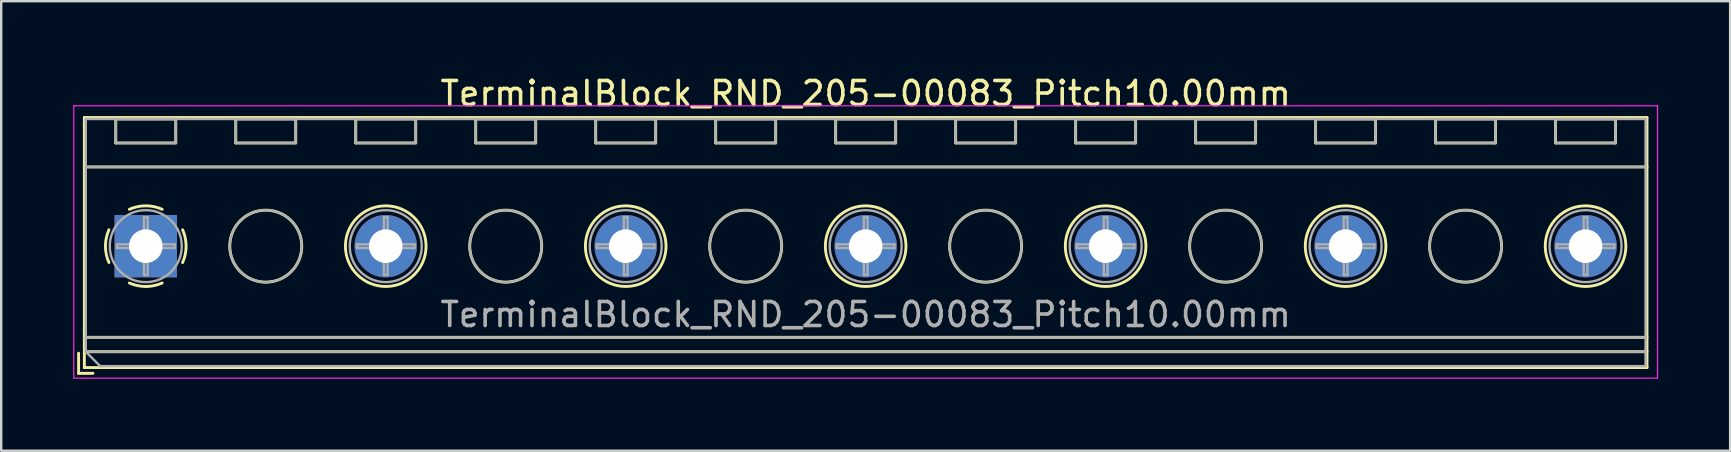
<source format=kicad_pcb>
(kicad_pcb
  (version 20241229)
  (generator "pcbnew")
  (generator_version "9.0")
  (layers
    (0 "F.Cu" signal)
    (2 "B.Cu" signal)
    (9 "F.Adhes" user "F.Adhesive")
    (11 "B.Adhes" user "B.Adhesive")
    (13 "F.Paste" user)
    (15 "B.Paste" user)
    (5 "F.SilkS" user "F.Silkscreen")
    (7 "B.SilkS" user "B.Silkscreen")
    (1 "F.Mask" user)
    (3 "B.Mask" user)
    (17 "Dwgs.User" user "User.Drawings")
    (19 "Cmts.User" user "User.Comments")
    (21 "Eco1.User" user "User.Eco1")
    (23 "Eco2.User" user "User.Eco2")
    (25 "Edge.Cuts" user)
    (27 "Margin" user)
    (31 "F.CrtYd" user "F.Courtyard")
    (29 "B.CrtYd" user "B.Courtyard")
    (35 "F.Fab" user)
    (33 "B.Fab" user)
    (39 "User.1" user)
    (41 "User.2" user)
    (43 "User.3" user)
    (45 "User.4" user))
  (footprint "TerminalBlock_RND_205-00083_Pitch10.00mm"
    (layer "F.Cu")
    (at 3.025 7.208)
    (property "Reference" "TerminalBlock_RND_205-00083_Pitch10.00mm" (at 30 -6.36 0) (layer "F.SilkS") (effects (font (size 1 1) (thickness 0.15))))
    (attr through_hole)
    (fp_line (start -2.8 4.46) (end -2.8 5.3) (stroke (width 0.12) (type solid)) (layer "F.SilkS"))
    (fp_line (start -2.8 5.3) (end -2.2 5.3) (stroke (width 0.12) (type solid)) (layer "F.SilkS"))
    (fp_line (start -2.56 -5.36) (end -2.56 5.06) (stroke (width 0.12) (type solid)) (layer "F.SilkS"))
    (fp_line (start -2.56 -3.3) (end 62.56 -3.3) (stroke (width 0.12) (type solid)) (layer "F.SilkS"))
    (fp_line (start -2.56 3.8) (end 62.56 3.8) (stroke (width 0.12) (type solid)) (layer "F.SilkS"))
    (fp_line (start -2.56 4.4) (end 62.56 4.4) (stroke (width 0.12) (type solid)) (layer "F.SilkS"))
    (fp_line (start -2.56 5.06) (end 62.56 5.06) (stroke (width 0.12) (type solid)) (layer "F.SilkS"))
    (fp_line (start -1.25 -5.301) (end -1.25 -4.301) (stroke (width 0.12) (type solid)) (layer "F.SilkS"))
    (fp_line (start -1.25 -5.301) (end 1.25 -5.301) (stroke (width 0.12) (type solid)) (layer "F.SilkS"))
    (fp_line (start -1.25 -4.301) (end 1.25 -4.301) (stroke (width 0.12) (type solid)) (layer "F.SilkS"))
    (fp_line (start 1.25 -5.301) (end 1.25 -4.301) (stroke (width 0.12) (type solid)) (layer "F.SilkS"))
    (fp_line (start 3.75 -5.301) (end 3.75 -4.301) (stroke (width 0.12) (type solid)) (layer "F.SilkS"))
    (fp_line (start 3.75 -5.301) (end 6.25 -5.301) (stroke (width 0.12) (type solid)) (layer "F.SilkS"))
    (fp_line (start 3.75 -4.301) (end 6.25 -4.301) (stroke (width 0.12) (type solid)) (layer "F.SilkS"))
    (fp_line (start 6.25 -5.301) (end 6.25 -4.301) (stroke (width 0.12) (type solid)) (layer "F.SilkS"))
    (fp_line (start 8.75 -5.301) (end 8.75 -4.301) (stroke (width 0.12) (type solid)) (layer "F.SilkS"))
    (fp_line (start 8.75 -5.301) (end 11.25 -5.301) (stroke (width 0.12) (type solid)) (layer "F.SilkS"))
    (fp_line (start 8.75 -4.301) (end 11.25 -4.301) (stroke (width 0.12) (type solid)) (layer "F.SilkS"))
    (fp_line (start 11.25 -5.301) (end 11.25 -4.301) (stroke (width 0.12) (type solid)) (layer "F.SilkS"))
    (fp_line (start 13.75 -5.301) (end 13.75 -4.301) (stroke (width 0.12) (type solid)) (layer "F.SilkS"))
    (fp_line (start 13.75 -5.301) (end 16.25 -5.301) (stroke (width 0.12) (type solid)) (layer "F.SilkS"))
    (fp_line (start 13.75 -4.301) (end 16.25 -4.301) (stroke (width 0.12) (type solid)) (layer "F.SilkS"))
    (fp_line (start 16.25 -5.301) (end 16.25 -4.301) (stroke (width 0.12) (type solid)) (layer "F.SilkS"))
    (fp_line (start 18.75 -5.301) (end 18.75 -4.301) (stroke (width 0.12) (type solid)) (layer "F.SilkS"))
    (fp_line (start 18.75 -5.301) (end 21.25 -5.301) (stroke (width 0.12) (type solid)) (layer "F.SilkS"))
    (fp_line (start 18.75 -4.301) (end 21.25 -4.301) (stroke (width 0.12) (type solid)) (layer "F.SilkS"))
    (fp_line (start 21.25 -5.301) (end 21.25 -4.301) (stroke (width 0.12) (type solid)) (layer "F.SilkS"))
    (fp_line (start 23.75 -5.301) (end 23.75 -4.301) (stroke (width 0.12) (type solid)) (layer "F.SilkS"))
    (fp_line (start 23.75 -5.301) (end 26.25 -5.301) (stroke (width 0.12) (type solid)) (layer "F.SilkS"))
    (fp_line (start 23.75 -4.301) (end 26.25 -4.301) (stroke (width 0.12) (type solid)) (layer "F.SilkS"))
    (fp_line (start 26.25 -5.301) (end 26.25 -4.301) (stroke (width 0.12) (type solid)) (layer "F.SilkS"))
    (fp_line (start 28.75 -5.301) (end 28.75 -4.301) (stroke (width 0.12) (type solid)) (layer "F.SilkS"))
    (fp_line (start 28.75 -5.301) (end 31.25 -5.301) (stroke (width 0.12) (type solid)) (layer "F.SilkS"))
    (fp_line (start 28.75 -4.301) (end 31.25 -4.301) (stroke (width 0.12) (type solid)) (layer "F.SilkS"))
    (fp_line (start 31.25 -5.301) (end 31.25 -4.301) (stroke (width 0.12) (type solid)) (layer "F.SilkS"))
    (fp_line (start 33.75 -5.301) (end 33.75 -4.301) (stroke (width 0.12) (type solid)) (layer "F.SilkS"))
    (fp_line (start 33.75 -5.301) (end 36.25 -5.301) (stroke (width 0.12) (type solid)) (layer "F.SilkS"))
    (fp_line (start 33.75 -4.301) (end 36.25 -4.301) (stroke (width 0.12) (type solid)) (layer "F.SilkS"))
    (fp_line (start 36.25 -5.301) (end 36.25 -4.301) (stroke (width 0.12) (type solid)) (layer "F.SilkS"))
    (fp_line (start 38.75 -5.301) (end 38.75 -4.301) (stroke (width 0.12) (type solid)) (layer "F.SilkS"))
    (fp_line (start 38.75 -5.301) (end 41.25 -5.301) (stroke (width 0.12) (type solid)) (layer "F.SilkS"))
    (fp_line (start 38.75 -4.301) (end 41.25 -4.301) (stroke (width 0.12) (type solid)) (layer "F.SilkS"))
    (fp_line (start 41.25 -5.301) (end 41.25 -4.301) (stroke (width 0.12) (type solid)) (layer "F.SilkS"))
    (fp_line (start 43.75 -5.301) (end 43.75 -4.301) (stroke (width 0.12) (type solid)) (layer "F.SilkS"))
    (fp_line (start 43.75 -5.301) (end 46.25 -5.301) (stroke (width 0.12) (type solid)) (layer "F.SilkS"))
    (fp_line (start 43.75 -4.301) (end 46.25 -4.301) (stroke (width 0.12) (type solid)) (layer "F.SilkS"))
    (fp_line (start 46.25 -5.301) (end 46.25 -4.301) (stroke (width 0.12) (type solid)) (layer "F.SilkS"))
    (fp_line (start 48.75 -5.301) (end 48.75 -4.301) (stroke (width 0.12) (type solid)) (layer "F.SilkS"))
    (fp_line (start 48.75 -5.301) (end 51.25 -5.301) (stroke (width 0.12) (type solid)) (layer "F.SilkS"))
    (fp_line (start 48.75 -4.301) (end 51.25 -4.301) (stroke (width 0.12) (type solid)) (layer "F.SilkS"))
    (fp_line (start 51.25 -5.301) (end 51.25 -4.301) (stroke (width 0.12) (type solid)) (layer "F.SilkS"))
    (fp_line (start 53.75 -5.301) (end 53.75 -4.301) (stroke (width 0.12) (type solid)) (layer "F.SilkS"))
    (fp_line (start 53.75 -5.301) (end 56.25 -5.301) (stroke (width 0.12) (type solid)) (layer "F.SilkS"))
    (fp_line (start 53.75 -4.301) (end 56.25 -4.301) (stroke (width 0.12) (type solid)) (layer "F.SilkS"))
    (fp_line (start 56.25 -5.301) (end 56.25 -4.301) (stroke (width 0.12) (type solid)) (layer "F.SilkS"))
    (fp_line (start 58.75 -5.301) (end 58.75 -4.301) (stroke (width 0.12) (type solid)) (layer "F.SilkS"))
    (fp_line (start 58.75 -5.301) (end 61.25 -5.301) (stroke (width 0.12) (type solid)) (layer "F.SilkS"))
    (fp_line (start 58.75 -4.301) (end 61.25 -4.301) (stroke (width 0.12) (type solid)) (layer "F.SilkS"))
    (fp_line (start 61.25 -5.301) (end 61.25 -4.301) (stroke (width 0.12) (type solid)) (layer "F.SilkS"))
    (fp_line (start 62.56 -5.36) (end -2.56 -5.36) (stroke (width 0.12) (type solid)) (layer "F.SilkS"))
    (fp_line (start 62.56 5.06) (end 62.56 -5.36) (stroke (width 0.12) (type solid)) (layer "F.SilkS"))
    (fp_arc (start -1.535427 0.683042) (mid -1.680501 -0.000524) (end -1.535 -0.684) (stroke (width 0.12) (type solid)) (layer "F.SilkS"))
    (fp_arc (start -0.683042 -1.535427) (mid 0.000524 -1.680501) (end 0.684 -1.535) (stroke (width 0.12) (type solid)) (layer "F.SilkS"))
    (fp_arc (start 0.028805 1.680253) (mid -0.335551 1.646659) (end -0.684 1.535) (stroke (width 0.12) (type solid)) (layer "F.SilkS"))
    (fp_arc (start 0.683318 1.534756) (mid 0.349292 1.643288) (end 0 1.68) (stroke (width 0.12) (type solid)) (layer "F.SilkS"))
    (fp_arc (start 1.535427 -0.683042) (mid 1.680501 0.000524) (end 1.535 0.684) (stroke (width 0.12) (type solid)) (layer "F.SilkS"))
    (fp_circle (center 5 0) (end 6.5 0) (stroke (width 0.12) (type solid)) (fill no) (layer "F.SilkS"))
    (fp_circle (center 10 0) (end 11.68 0) (stroke (width 0.12) (type solid)) (fill no) (layer "F.SilkS"))
    (fp_circle (center 15 0) (end 16.5 0) (stroke (width 0.12) (type solid)) (fill no) (layer "F.SilkS"))
    (fp_circle (center 20 0) (end 21.68 0) (stroke (width 0.12) (type solid)) (fill no) (layer "F.SilkS"))
    (fp_circle (center 25 0) (end 26.5 0) (stroke (width 0.12) (type solid)) (fill no) (layer "F.SilkS"))
    (fp_circle (center 30 0) (end 31.68 0) (stroke (width 0.12) (type solid)) (fill no) (layer "F.SilkS"))
    (fp_circle (center 35 0) (end 36.5 0) (stroke (width 0.12) (type solid)) (fill no) (layer "F.SilkS"))
    (fp_circle (center 40 0) (end 41.68 0) (stroke (width 0.12) (type solid)) (fill no) (layer "F.SilkS"))
    (fp_circle (center 45 0) (end 46.5 0) (stroke (width 0.12) (type solid)) (fill no) (layer "F.SilkS"))
    (fp_circle (center 50 0) (end 51.68 0) (stroke (width 0.12) (type solid)) (fill no) (layer "F.SilkS"))
    (fp_circle (center 55 0) (end 56.5 0) (stroke (width 0.12) (type solid)) (fill no) (layer "F.SilkS"))
    (fp_circle (center 60 0) (end 61.68 0) (stroke (width 0.12) (type solid)) (fill no) (layer "F.SilkS"))
    (fp_line (start -3 -5.85) (end -3 5.5) (stroke (width 0.05) (type solid)) (layer "F.CrtYd"))
    (fp_line (start -3 5.5) (end 63 5.5) (stroke (width 0.05) (type solid)) (layer "F.CrtYd"))
    (fp_line (start 63 -5.85) (end -3 -5.85) (stroke (width 0.05) (type solid)) (layer "F.CrtYd"))
    (fp_line (start 63 5.5) (end 63 -5.85) (stroke (width 0.05) (type solid)) (layer "F.CrtYd"))
    (fp_line (start -2.5 -5.3) (end 62.5 -5.3) (stroke (width 0.1) (type solid)) (layer "F.Fab"))
    (fp_line (start -2.5 -3.3) (end 62.5 -3.3) (stroke (width 0.1) (type solid)) (layer "F.Fab"))
    (fp_line (start -2.5 3.8) (end 62.5 3.8) (stroke (width 0.1) (type solid)) (layer "F.Fab"))
    (fp_line (start -2.5 4.4) (end -2.5 -5.3) (stroke (width 0.1) (type solid)) (layer "F.Fab"))
    (fp_line (start -2.5 4.4) (end 62.5 4.4) (stroke (width 0.1) (type solid)) (layer "F.Fab"))
    (fp_line (start -1.9 5) (end -2.5 4.4) (stroke (width 0.1) (type solid)) (layer "F.Fab"))
    (fp_line (start -1.25 -5.3) (end -1.25 -4.3) (stroke (width 0.1) (type solid)) (layer "F.Fab"))
    (fp_line (start -1.25 -4.3) (end 1.25 -4.3) (stroke (width 0.1) (type solid)) (layer "F.Fab"))
    (fp_line (start -1.201 -0.076) (end -0.076 -0.076) (stroke (width 0.1) (type solid)) (layer "F.Fab"))
    (fp_line (start -1.201 0.076) (end -1.201 -0.076) (stroke (width 0.1) (type solid)) (layer "F.Fab"))
    (fp_line (start -0.076 -1.201) (end 0.076 -1.201) (stroke (width 0.1) (type solid)) (layer "F.Fab"))
    (fp_line (start -0.076 -0.076) (end -0.076 -1.201) (stroke (width 0.1) (type solid)) (layer "F.Fab"))
    (fp_line (start -0.076 0.076) (end -1.201 0.076) (stroke (width 0.1) (type solid)) (layer "F.Fab"))
    (fp_line (start -0.076 1.201) (end -0.076 0.076) (stroke (width 0.1) (type solid)) (layer "F.Fab"))
    (fp_line (start 0.076 -1.201) (end 0.076 -0.076) (stroke (width 0.1) (type solid)) (layer "F.Fab"))
    (fp_line (start 0.076 -0.076) (end 1.201 -0.076) (stroke (width 0.1) (type solid)) (layer "F.Fab"))
    (fp_line (start 0.076 0.076) (end 0.076 1.201) (stroke (width 0.1) (type solid)) (layer "F.Fab"))
    (fp_line (start 0.076 1.201) (end -0.076 1.201) (stroke (width 0.1) (type solid)) (layer "F.Fab"))
    (fp_line (start 1.201 -0.076) (end 1.201 0.076) (stroke (width 0.1) (type solid)) (layer "F.Fab"))
    (fp_line (start 1.201 0.076) (end 0.076 0.076) (stroke (width 0.1) (type solid)) (layer "F.Fab"))
    (fp_line (start 1.25 -5.3) (end -1.25 -5.3) (stroke (width 0.1) (type solid)) (layer "F.Fab"))
    (fp_line (start 1.25 -4.3) (end 1.25 -5.3) (stroke (width 0.1) (type solid)) (layer "F.Fab"))
    (fp_line (start 3.75 -5.3) (end 3.75 -4.3) (stroke (width 0.1) (type solid)) (layer "F.Fab"))
    (fp_line (start 3.75 -4.3) (end 6.25 -4.3) (stroke (width 0.1) (type solid)) (layer "F.Fab"))
    (fp_line (start 6.25 -5.3) (end 3.75 -5.3) (stroke (width 0.1) (type solid)) (layer "F.Fab"))
    (fp_line (start 6.25 -4.3) (end 6.25 -5.3) (stroke (width 0.1) (type solid)) (layer "F.Fab"))
    (fp_line (start 8.75 -5.3) (end 8.75 -4.3) (stroke (width 0.1) (type solid)) (layer "F.Fab"))
    (fp_line (start 8.75 -4.3) (end 11.25 -4.3) (stroke (width 0.1) (type solid)) (layer "F.Fab"))
    (fp_line (start 8.799 -0.076) (end 9.924 -0.076) (stroke (width 0.1) (type solid)) (layer "F.Fab"))
    (fp_line (start 8.799 0.076) (end 8.799 -0.076) (stroke (width 0.1) (type solid)) (layer "F.Fab"))
    (fp_line (start 9.924 -1.201) (end 10.076 -1.201) (stroke (width 0.1) (type solid)) (layer "F.Fab"))
    (fp_line (start 9.924 -0.076) (end 9.924 -1.201) (stroke (width 0.1) (type solid)) (layer "F.Fab"))
    (fp_line (start 9.924 0.076) (end 8.799 0.076) (stroke (width 0.1) (type solid)) (layer "F.Fab"))
    (fp_line (start 9.924 1.201) (end 9.924 0.076) (stroke (width 0.1) (type solid)) (layer "F.Fab"))
    (fp_line (start 10.076 -1.201) (end 10.076 -0.076) (stroke (width 0.1) (type solid)) (layer "F.Fab"))
    (fp_line (start 10.076 -0.076) (end 11.201 -0.076) (stroke (width 0.1) (type solid)) (layer "F.Fab"))
    (fp_line (start 10.076 0.076) (end 10.076 1.201) (stroke (width 0.1) (type solid)) (layer "F.Fab"))
    (fp_line (start 10.076 1.201) (end 9.924 1.201) (stroke (width 0.1) (type solid)) (layer "F.Fab"))
    (fp_line (start 11.201 -0.076) (end 11.201 0.076) (stroke (width 0.1) (type solid)) (layer "F.Fab"))
    (fp_line (start 11.201 0.076) (end 10.076 0.076) (stroke (width 0.1) (type solid)) (layer "F.Fab"))
    (fp_line (start 11.25 -5.3) (end 8.75 -5.3) (stroke (width 0.1) (type solid)) (layer "F.Fab"))
    (fp_line (start 11.25 -4.3) (end 11.25 -5.3) (stroke (width 0.1) (type solid)) (layer "F.Fab"))
    (fp_line (start 13.75 -5.3) (end 13.75 -4.3) (stroke (width 0.1) (type solid)) (layer "F.Fab"))
    (fp_line (start 13.75 -4.3) (end 16.25 -4.3) (stroke (width 0.1) (type solid)) (layer "F.Fab"))
    (fp_line (start 16.25 -5.3) (end 13.75 -5.3) (stroke (width 0.1) (type solid)) (layer "F.Fab"))
    (fp_line (start 16.25 -4.3) (end 16.25 -5.3) (stroke (width 0.1) (type solid)) (layer "F.Fab"))
    (fp_line (start 18.75 -5.3) (end 18.75 -4.3) (stroke (width 0.1) (type solid)) (layer "F.Fab"))
    (fp_line (start 18.75 -4.3) (end 21.25 -4.3) (stroke (width 0.1) (type solid)) (layer "F.Fab"))
    (fp_line (start 18.799 -0.076) (end 19.924 -0.076) (stroke (width 0.1) (type solid)) (layer "F.Fab"))
    (fp_line (start 18.799 0.076) (end 18.799 -0.076) (stroke (width 0.1) (type solid)) (layer "F.Fab"))
    (fp_line (start 19.924 -1.201) (end 20.076 -1.201) (stroke (width 0.1) (type solid)) (layer "F.Fab"))
    (fp_line (start 19.924 -0.076) (end 19.924 -1.201) (stroke (width 0.1) (type solid)) (layer "F.Fab"))
    (fp_line (start 19.924 0.076) (end 18.799 0.076) (stroke (width 0.1) (type solid)) (layer "F.Fab"))
    (fp_line (start 19.924 1.201) (end 19.924 0.076) (stroke (width 0.1) (type solid)) (layer "F.Fab"))
    (fp_line (start 20.076 -1.201) (end 20.076 -0.076) (stroke (width 0.1) (type solid)) (layer "F.Fab"))
    (fp_line (start 20.076 -0.076) (end 21.201 -0.076) (stroke (width 0.1) (type solid)) (layer "F.Fab"))
    (fp_line (start 20.076 0.076) (end 20.076 1.201) (stroke (width 0.1) (type solid)) (layer "F.Fab"))
    (fp_line (start 20.076 1.201) (end 19.924 1.201) (stroke (width 0.1) (type solid)) (layer "F.Fab"))
    (fp_line (start 21.201 -0.076) (end 21.201 0.076) (stroke (width 0.1) (type solid)) (layer "F.Fab"))
    (fp_line (start 21.201 0.076) (end 20.076 0.076) (stroke (width 0.1) (type solid)) (layer "F.Fab"))
    (fp_line (start 21.25 -5.3) (end 18.75 -5.3) (stroke (width 0.1) (type solid)) (layer "F.Fab"))
    (fp_line (start 21.25 -4.3) (end 21.25 -5.3) (stroke (width 0.1) (type solid)) (layer "F.Fab"))
    (fp_line (start 23.75 -5.3) (end 23.75 -4.3) (stroke (width 0.1) (type solid)) (layer "F.Fab"))
    (fp_line (start 23.75 -4.3) (end 26.25 -4.3) (stroke (width 0.1) (type solid)) (layer "F.Fab"))
    (fp_line (start 26.25 -5.3) (end 23.75 -5.3) (stroke (width 0.1) (type solid)) (layer "F.Fab"))
    (fp_line (start 26.25 -4.3) (end 26.25 -5.3) (stroke (width 0.1) (type solid)) (layer "F.Fab"))
    (fp_line (start 28.75 -5.3) (end 28.75 -4.3) (stroke (width 0.1) (type solid)) (layer "F.Fab"))
    (fp_line (start 28.75 -4.3) (end 31.25 -4.3) (stroke (width 0.1) (type solid)) (layer "F.Fab"))
    (fp_line (start 28.799 -0.076) (end 29.924 -0.076) (stroke (width 0.1) (type solid)) (layer "F.Fab"))
    (fp_line (start 28.799 0.076) (end 28.799 -0.076) (stroke (width 0.1) (type solid)) (layer "F.Fab"))
    (fp_line (start 29.924 -1.201) (end 30.076 -1.201) (stroke (width 0.1) (type solid)) (layer "F.Fab"))
    (fp_line (start 29.924 -0.076) (end 29.924 -1.201) (stroke (width 0.1) (type solid)) (layer "F.Fab"))
    (fp_line (start 29.924 0.076) (end 28.799 0.076) (stroke (width 0.1) (type solid)) (layer "F.Fab"))
    (fp_line (start 29.924 1.201) (end 29.924 0.076) (stroke (width 0.1) (type solid)) (layer "F.Fab"))
    (fp_line (start 30.076 -1.201) (end 30.076 -0.076) (stroke (width 0.1) (type solid)) (layer "F.Fab"))
    (fp_line (start 30.076 -0.076) (end 31.201 -0.076) (stroke (width 0.1) (type solid)) (layer "F.Fab"))
    (fp_line (start 30.076 0.076) (end 30.076 1.201) (stroke (width 0.1) (type solid)) (layer "F.Fab"))
    (fp_line (start 30.076 1.201) (end 29.924 1.201) (stroke (width 0.1) (type solid)) (layer "F.Fab"))
    (fp_line (start 31.201 -0.076) (end 31.201 0.076) (stroke (width 0.1) (type solid)) (layer "F.Fab"))
    (fp_line (start 31.201 0.076) (end 30.076 0.076) (stroke (width 0.1) (type solid)) (layer "F.Fab"))
    (fp_line (start 31.25 -5.3) (end 28.75 -5.3) (stroke (width 0.1) (type solid)) (layer "F.Fab"))
    (fp_line (start 31.25 -4.3) (end 31.25 -5.3) (stroke (width 0.1) (type solid)) (layer "F.Fab"))
    (fp_line (start 33.75 -5.3) (end 33.75 -4.3) (stroke (width 0.1) (type solid)) (layer "F.Fab"))
    (fp_line (start 33.75 -4.3) (end 36.25 -4.3) (stroke (width 0.1) (type solid)) (layer "F.Fab"))
    (fp_line (start 36.25 -5.3) (end 33.75 -5.3) (stroke (width 0.1) (type solid)) (layer "F.Fab"))
    (fp_line (start 36.25 -4.3) (end 36.25 -5.3) (stroke (width 0.1) (type solid)) (layer "F.Fab"))
    (fp_line (start 38.75 -5.3) (end 38.75 -4.3) (stroke (width 0.1) (type solid)) (layer "F.Fab"))
    (fp_line (start 38.75 -4.3) (end 41.25 -4.3) (stroke (width 0.1) (type solid)) (layer "F.Fab"))
    (fp_line (start 38.799 -0.076) (end 39.924 -0.076) (stroke (width 0.1) (type solid)) (layer "F.Fab"))
    (fp_line (start 38.799 0.076) (end 38.799 -0.076) (stroke (width 0.1) (type solid)) (layer "F.Fab"))
    (fp_line (start 39.924 -1.201) (end 40.076 -1.201) (stroke (width 0.1) (type solid)) (layer "F.Fab"))
    (fp_line (start 39.924 -0.076) (end 39.924 -1.201) (stroke (width 0.1) (type solid)) (layer "F.Fab"))
    (fp_line (start 39.924 0.076) (end 38.799 0.076) (stroke (width 0.1) (type solid)) (layer "F.Fab"))
    (fp_line (start 39.924 1.201) (end 39.924 0.076) (stroke (width 0.1) (type solid)) (layer "F.Fab"))
    (fp_line (start 40.076 -1.201) (end 40.076 -0.076) (stroke (width 0.1) (type solid)) (layer "F.Fab"))
    (fp_line (start 40.076 -0.076) (end 41.201 -0.076) (stroke (width 0.1) (type solid)) (layer "F.Fab"))
    (fp_line (start 40.076 0.076) (end 40.076 1.201) (stroke (width 0.1) (type solid)) (layer "F.Fab"))
    (fp_line (start 40.076 1.201) (end 39.924 1.201) (stroke (width 0.1) (type solid)) (layer "F.Fab"))
    (fp_line (start 41.201 -0.076) (end 41.201 0.076) (stroke (width 0.1) (type solid)) (layer "F.Fab"))
    (fp_line (start 41.201 0.076) (end 40.076 0.076) (stroke (width 0.1) (type solid)) (layer "F.Fab"))
    (fp_line (start 41.25 -5.3) (end 38.75 -5.3) (stroke (width 0.1) (type solid)) (layer "F.Fab"))
    (fp_line (start 41.25 -4.3) (end 41.25 -5.3) (stroke (width 0.1) (type solid)) (layer "F.Fab"))
    (fp_line (start 43.75 -5.3) (end 43.75 -4.3) (stroke (width 0.1) (type solid)) (layer "F.Fab"))
    (fp_line (start 43.75 -4.3) (end 46.25 -4.3) (stroke (width 0.1) (type solid)) (layer "F.Fab"))
    (fp_line (start 46.25 -5.3) (end 43.75 -5.3) (stroke (width 0.1) (type solid)) (layer "F.Fab"))
    (fp_line (start 46.25 -4.3) (end 46.25 -5.3) (stroke (width 0.1) (type solid)) (layer "F.Fab"))
    (fp_line (start 48.75 -5.3) (end 48.75 -4.3) (stroke (width 0.1) (type solid)) (layer "F.Fab"))
    (fp_line (start 48.75 -4.3) (end 51.25 -4.3) (stroke (width 0.1) (type solid)) (layer "F.Fab"))
    (fp_line (start 48.799 -0.076) (end 49.924 -0.076) (stroke (width 0.1) (type solid)) (layer "F.Fab"))
    (fp_line (start 48.799 0.076) (end 48.799 -0.076) (stroke (width 0.1) (type solid)) (layer "F.Fab"))
    (fp_line (start 49.924 -1.201) (end 50.076 -1.201) (stroke (width 0.1) (type solid)) (layer "F.Fab"))
    (fp_line (start 49.924 -0.076) (end 49.924 -1.201) (stroke (width 0.1) (type solid)) (layer "F.Fab"))
    (fp_line (start 49.924 0.076) (end 48.799 0.076) (stroke (width 0.1) (type solid)) (layer "F.Fab"))
    (fp_line (start 49.924 1.201) (end 49.924 0.076) (stroke (width 0.1) (type solid)) (layer "F.Fab"))
    (fp_line (start 50.076 -1.201) (end 50.076 -0.076) (stroke (width 0.1) (type solid)) (layer "F.Fab"))
    (fp_line (start 50.076 -0.076) (end 51.201 -0.076) (stroke (width 0.1) (type solid)) (layer "F.Fab"))
    (fp_line (start 50.076 0.076) (end 50.076 1.201) (stroke (width 0.1) (type solid)) (layer "F.Fab"))
    (fp_line (start 50.076 1.201) (end 49.924 1.201) (stroke (width 0.1) (type solid)) (layer "F.Fab"))
    (fp_line (start 51.201 -0.076) (end 51.201 0.076) (stroke (width 0.1) (type solid)) (layer "F.Fab"))
    (fp_line (start 51.201 0.076) (end 50.076 0.076) (stroke (width 0.1) (type solid)) (layer "F.Fab"))
    (fp_line (start 51.25 -5.3) (end 48.75 -5.3) (stroke (width 0.1) (type solid)) (layer "F.Fab"))
    (fp_line (start 51.25 -4.3) (end 51.25 -5.3) (stroke (width 0.1) (type solid)) (layer "F.Fab"))
    (fp_line (start 53.75 -5.3) (end 53.75 -4.3) (stroke (width 0.1) (type solid)) (layer "F.Fab"))
    (fp_line (start 53.75 -4.3) (end 56.25 -4.3) (stroke (width 0.1) (type solid)) (layer "F.Fab"))
    (fp_line (start 56.25 -5.3) (end 53.75 -5.3) (stroke (width 0.1) (type solid)) (layer "F.Fab"))
    (fp_line (start 56.25 -4.3) (end 56.25 -5.3) (stroke (width 0.1) (type solid)) (layer "F.Fab"))
    (fp_line (start 58.75 -5.3) (end 58.75 -4.3) (stroke (width 0.1) (type solid)) (layer "F.Fab"))
    (fp_line (start 58.75 -4.3) (end 61.25 -4.3) (stroke (width 0.1) (type solid)) (layer "F.Fab"))
    (fp_line (start 58.799 -0.076) (end 59.924 -0.076) (stroke (width 0.1) (type solid)) (layer "F.Fab"))
    (fp_line (start 58.799 0.076) (end 58.799 -0.076) (stroke (width 0.1) (type solid)) (layer "F.Fab"))
    (fp_line (start 59.924 -1.201) (end 60.076 -1.201) (stroke (width 0.1) (type solid)) (layer "F.Fab"))
    (fp_line (start 59.924 -0.076) (end 59.924 -1.201) (stroke (width 0.1) (type solid)) (layer "F.Fab"))
    (fp_line (start 59.924 0.076) (end 58.799 0.076) (stroke (width 0.1) (type solid)) (layer "F.Fab"))
    (fp_line (start 59.924 1.201) (end 59.924 0.076) (stroke (width 0.1) (type solid)) (layer "F.Fab"))
    (fp_line (start 60.076 -1.201) (end 60.076 -0.076) (stroke (width 0.1) (type solid)) (layer "F.Fab"))
    (fp_line (start 60.076 -0.076) (end 61.201 -0.076) (stroke (width 0.1) (type solid)) (layer "F.Fab"))
    (fp_line (start 60.076 0.076) (end 60.076 1.201) (stroke (width 0.1) (type solid)) (layer "F.Fab"))
    (fp_line (start 60.076 1.201) (end 59.924 1.201) (stroke (width 0.1) (type solid)) (layer "F.Fab"))
    (fp_line (start 61.201 -0.076) (end 61.201 0.076) (stroke (width 0.1) (type solid)) (layer "F.Fab"))
    (fp_line (start 61.201 0.076) (end 60.076 0.076) (stroke (width 0.1) (type solid)) (layer "F.Fab"))
    (fp_line (start 61.25 -5.3) (end 58.75 -5.3) (stroke (width 0.1) (type solid)) (layer "F.Fab"))
    (fp_line (start 61.25 -4.3) (end 61.25 -5.3) (stroke (width 0.1) (type solid)) (layer "F.Fab"))
    (fp_line (start 62.5 -5.3) (end 62.5 5) (stroke (width 0.1) (type solid)) (layer "F.Fab"))
    (fp_line (start 62.5 5) (end -1.9 5) (stroke (width 0.1) (type solid)) (layer "F.Fab"))
    (fp_circle (center 0 0) (end 1.5 0) (stroke (width 0.1) (type solid)) (fill no) (layer "F.Fab"))
    (fp_circle (center 5 0) (end 6.5 0) (stroke (width 0.1) (type solid)) (fill no) (layer "F.Fab"))
    (fp_circle (center 10 0) (end 11.5 0) (stroke (width 0.1) (type solid)) (fill no) (layer "F.Fab"))
    (fp_circle (center 15 0) (end 16.5 0) (stroke (width 0.1) (type solid)) (fill no) (layer "F.Fab"))
    (fp_circle (center 20 0) (end 21.5 0) (stroke (width 0.1) (type solid)) (fill no) (layer "F.Fab"))
    (fp_circle (center 25 0) (end 26.5 0) (stroke (width 0.1) (type solid)) (fill no) (layer "F.Fab"))
    (fp_circle (center 30 0) (end 31.5 0) (stroke (width 0.1) (type solid)) (fill no) (layer "F.Fab"))
    (fp_circle (center 35 0) (end 36.5 0) (stroke (width 0.1) (type solid)) (fill no) (layer "F.Fab"))
    (fp_circle (center 40 0) (end 41.5 0) (stroke (width 0.1) (type solid)) (fill no) (layer "F.Fab"))
    (fp_circle (center 45 0) (end 46.5 0) (stroke (width 0.1) (type solid)) (fill no) (layer "F.Fab"))
    (fp_circle (center 50 0) (end 51.5 0) (stroke (width 0.1) (type solid)) (fill no) (layer "F.Fab"))
    (fp_circle (center 55 0) (end 56.5 0) (stroke (width 0.1) (type solid)) (fill no) (layer "F.Fab"))
    (fp_circle (center 60 0) (end 61.5 0) (stroke (width 0.1) (type solid)) (fill no) (layer "F.Fab"))
    (fp_text user "${REFERENCE}" (at 30 2.85 0) (layer "F.Fab") (effects (font (size 1 1) (thickness 0.15))))
    (pad "1" thru_hole rect (at 0 0) (size 2.6 2.6) (drill 1.4) (layers "*.Cu" "*.Mask"))
    (pad "2" thru_hole circle (at 10 0) (size 2.6 2.6) (drill 1.4) (layers "*.Cu" "*.Mask"))
    (pad "3" thru_hole circle (at 20 0) (size 2.6 2.6) (drill 1.4) (layers "*.Cu" "*.Mask"))
    (pad "4" thru_hole circle (at 30 0) (size 2.6 2.6) (drill 1.4) (layers "*.Cu" "*.Mask"))
    (pad "5" thru_hole circle (at 40 0) (size 2.6 2.6) (drill 1.4) (layers "*.Cu" "*.Mask"))
    (pad "6" thru_hole circle (at 50 0) (size 2.6 2.6) (drill 1.4) (layers "*.Cu" "*.Mask"))
    (pad "7" thru_hole circle (at 60 0) (size 2.6 2.6) (drill 1.4) (layers "*.Cu" "*.Mask")))
  (gr_rect
    (start -3 -3)
    (end 69.05 15.733)
    (stroke (width 0.1) (type default))
    (fill no)
    (layer "Edge.Cuts")))
</source>
